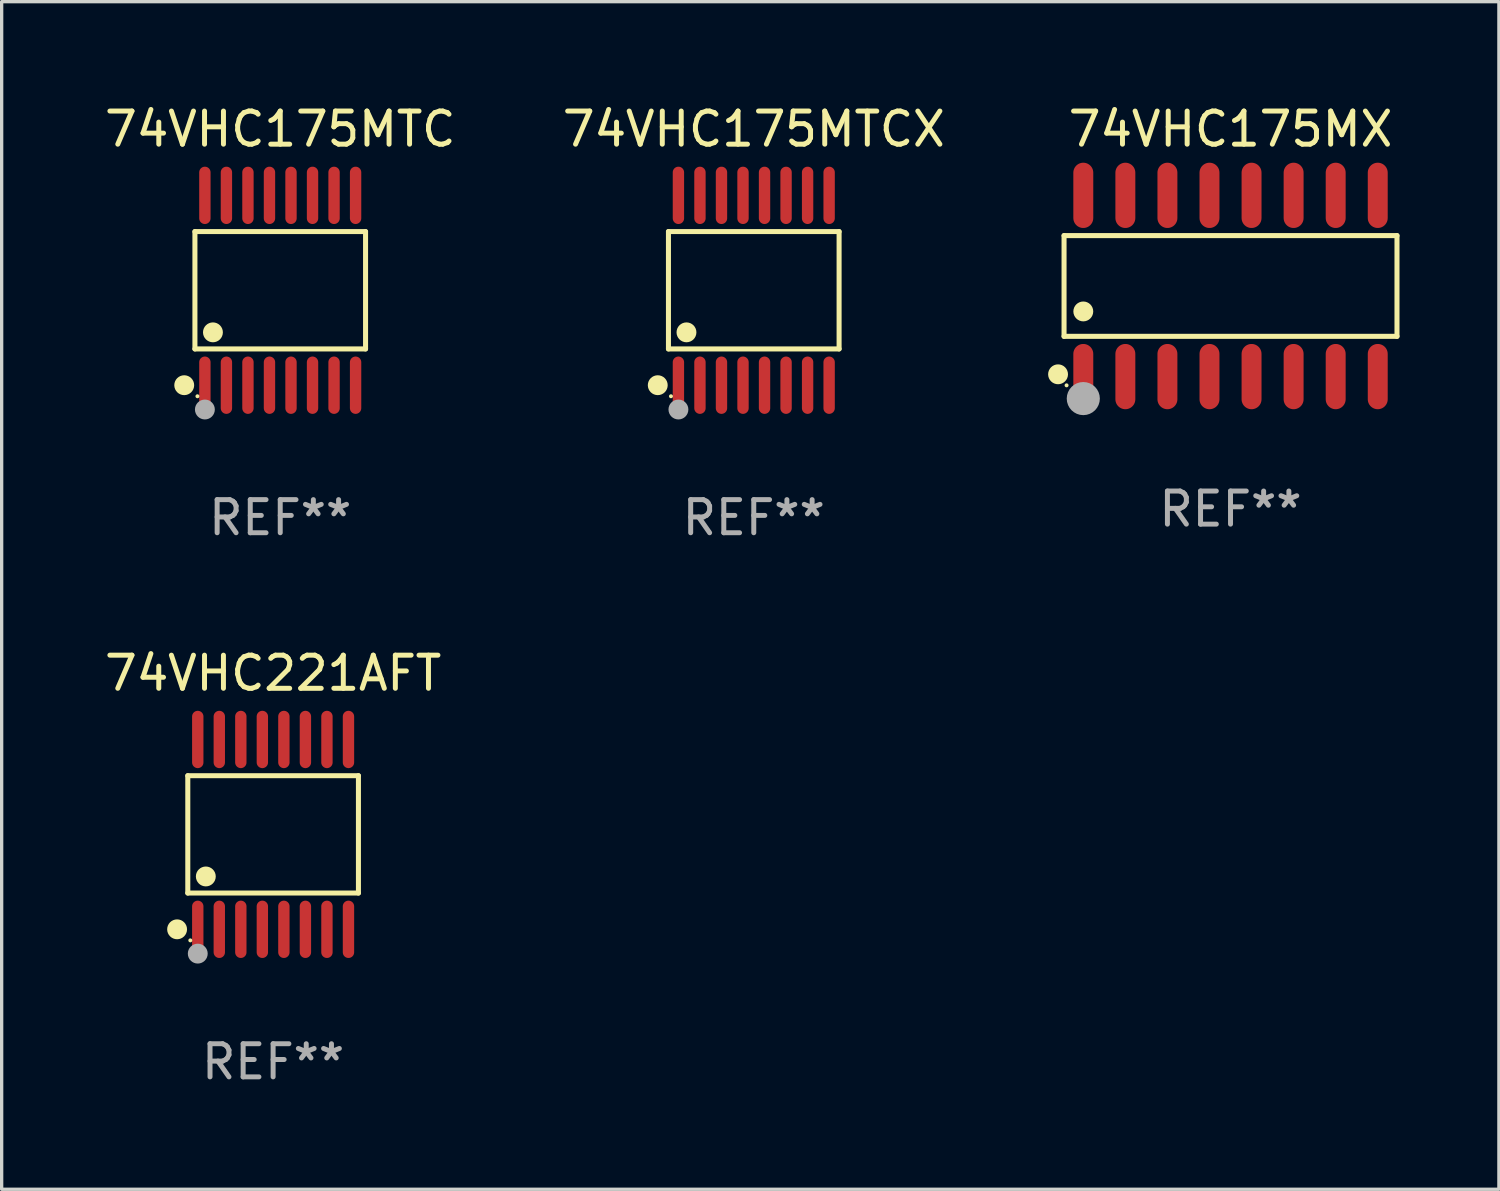
<source format=kicad_pcb>
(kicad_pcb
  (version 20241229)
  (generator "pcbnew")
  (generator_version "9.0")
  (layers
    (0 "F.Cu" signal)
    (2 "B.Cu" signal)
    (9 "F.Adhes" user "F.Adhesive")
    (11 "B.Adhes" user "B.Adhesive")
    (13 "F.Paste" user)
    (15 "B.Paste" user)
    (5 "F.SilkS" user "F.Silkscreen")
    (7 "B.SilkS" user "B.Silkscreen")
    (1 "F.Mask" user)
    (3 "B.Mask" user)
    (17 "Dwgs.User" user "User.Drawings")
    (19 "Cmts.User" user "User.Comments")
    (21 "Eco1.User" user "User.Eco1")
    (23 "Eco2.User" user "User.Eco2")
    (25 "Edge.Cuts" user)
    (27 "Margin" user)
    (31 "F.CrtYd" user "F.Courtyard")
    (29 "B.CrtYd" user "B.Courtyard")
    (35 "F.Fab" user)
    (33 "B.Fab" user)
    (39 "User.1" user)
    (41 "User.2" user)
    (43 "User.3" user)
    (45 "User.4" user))
  (footprint "74VHC175MTC"
    (layer "F.Cu")
    (at 5.411 5.714)
    (property "Reference" "74VHC175MTC" (at 0 -4.866 0) (layer "F.SilkS") (effects (font (size 1 1) (thickness 0.15))))
    (attr through_hole)
    (fp_line (start -2.576 -1.772) (end 2.576 -1.772) (stroke (width 0.152) (type solid)) (layer "F.SilkS"))
    (fp_line (start -2.576 1.771) (end -2.576 -1.772) (stroke (width 0.152) (type solid)) (layer "F.SilkS"))
    (fp_line (start 2.576 -1.772) (end 2.576 1.771) (stroke (width 0.152) (type solid)) (layer "F.SilkS"))
    (fp_line (start 2.576 1.771) (end -2.576 1.771) (stroke (width 0.152) (type solid)) (layer "F.SilkS"))
    (fp_circle (center -2.899 2.866) (end -2.749 2.866) (stroke (width 0.3) (type solid)) (fill no) (layer "F.SilkS"))
    (fp_circle (center -2.5 3.2) (end -2.47 3.2) (stroke (width 0.06) (type solid)) (fill no) (layer "F.SilkS"))
    (fp_circle (center -2.032 1.27) (end -1.882 1.27) (stroke (width 0.3) (type solid)) (fill no) (layer "F.SilkS"))
    (fp_circle (center -2.275 3.6) (end -2.125 3.6) (stroke (width 0.3) (type solid)) (fill no) (layer "F.Fab"))
    (fp_text user "REF**" (at 0 6.866 0) (layer "F.Fab") (effects (font (size 1 1) (thickness 0.15))))
    (pad "1" smd oval (at -2.275 2.866) (size 0.343 1.731) (layers "F.Cu" "F.Mask" "F.Paste"))
    (pad "2" smd oval (at -1.625 2.866) (size 0.343 1.731) (layers "F.Cu" "F.Mask" "F.Paste"))
    (pad "3" smd oval (at -0.975 2.866) (size 0.343 1.731) (layers "F.Cu" "F.Mask" "F.Paste"))
    (pad "4" smd oval (at -0.325 2.866) (size 0.343 1.731) (layers "F.Cu" "F.Mask" "F.Paste"))
    (pad "5" smd oval (at 0.325 2.866) (size 0.343 1.731) (layers "F.Cu" "F.Mask" "F.Paste"))
    (pad "6" smd oval (at 0.975 2.866) (size 0.343 1.731) (layers "F.Cu" "F.Mask" "F.Paste"))
    (pad "7" smd oval (at 1.625 2.866) (size 0.343 1.731) (layers "F.Cu" "F.Mask" "F.Paste"))
    (pad "8" smd oval (at 2.275 2.866) (size 0.343 1.731) (layers "F.Cu" "F.Mask" "F.Paste"))
    (pad "9" smd oval (at 2.275 -2.866) (size 0.343 1.731) (layers "F.Cu" "F.Mask" "F.Paste"))
    (pad "10" smd oval (at 1.625 -2.866) (size 0.343 1.731) (layers "F.Cu" "F.Mask" "F.Paste"))
    (pad "11" smd oval (at 0.975 -2.866) (size 0.343 1.731) (layers "F.Cu" "F.Mask" "F.Paste"))
    (pad "12" smd oval (at 0.325 -2.866) (size 0.343 1.731) (layers "F.Cu" "F.Mask" "F.Paste"))
    (pad "13" smd oval (at -0.325 -2.866) (size 0.343 1.731) (layers "F.Cu" "F.Mask" "F.Paste"))
    (pad "14" smd oval (at -0.975 -2.866) (size 0.343 1.731) (layers "F.Cu" "F.Mask" "F.Paste"))
    (pad "15" smd oval (at -1.625 -2.866) (size 0.343 1.731) (layers "F.Cu" "F.Mask" "F.Paste"))
    (pad "16" smd oval (at -2.275 -2.866) (size 0.343 1.731) (layers "F.Cu" "F.Mask" "F.Paste")))
  (footprint "74VHC175MX"
    (layer "F.Cu")
    (at 34.102 5.584)
    (property "Reference" "74VHC175MX" (at 0 -4.736 0) (layer "F.SilkS") (effects (font (size 1 1) (thickness 0.15))))
    (attr through_hole)
    (fp_line (start -5.026 -1.521) (end 5.026 -1.521) (stroke (width 0.152) (type solid)) (layer "F.SilkS"))
    (fp_line (start -5.026 1.521) (end -5.026 -1.521) (stroke (width 0.152) (type solid)) (layer "F.SilkS"))
    (fp_line (start 5.026 -1.521) (end 5.026 1.521) (stroke (width 0.152) (type solid)) (layer "F.SilkS"))
    (fp_line (start 5.026 1.521) (end -5.026 1.521) (stroke (width 0.152) (type solid)) (layer "F.SilkS"))
    (fp_circle (center -5.207 2.667) (end -5.057 2.667) (stroke (width 0.3) (type solid)) (fill no) (layer "F.SilkS"))
    (fp_circle (center -4.95 3) (end -4.92 3) (stroke (width 0.06) (type solid)) (fill no) (layer "F.SilkS"))
    (fp_circle (center -4.445 0.769) (end -4.295 0.769) (stroke (width 0.3) (type solid)) (fill no) (layer "F.SilkS"))
    (fp_circle (center -4.445 3.4) (end -4.195 3.4) (stroke (width 0.5) (type solid)) (fill no) (layer "F.Fab"))
    (fp_text user "REF**" (at 0 6.736 0) (layer "F.Fab") (effects (font (size 1 1) (thickness 0.15))))
    (pad "1" smd oval (at -4.445 2.736) (size 0.602 1.971) (layers "F.Cu" "F.Mask" "F.Paste"))
    (pad "2" smd oval (at -3.175 2.736) (size 0.602 1.971) (layers "F.Cu" "F.Mask" "F.Paste"))
    (pad "3" smd oval (at -1.905 2.736) (size 0.602 1.971) (layers "F.Cu" "F.Mask" "F.Paste"))
    (pad "4" smd oval (at -0.635 2.736) (size 0.602 1.971) (layers "F.Cu" "F.Mask" "F.Paste"))
    (pad "5" smd oval (at 0.635 2.736) (size 0.602 1.971) (layers "F.Cu" "F.Mask" "F.Paste"))
    (pad "6" smd oval (at 1.905 2.736) (size 0.602 1.971) (layers "F.Cu" "F.Mask" "F.Paste"))
    (pad "7" smd oval (at 3.175 2.736) (size 0.602 1.971) (layers "F.Cu" "F.Mask" "F.Paste"))
    (pad "8" smd oval (at 4.445 2.736) (size 0.602 1.971) (layers "F.Cu" "F.Mask" "F.Paste"))
    (pad "9" smd oval (at 4.445 -2.736) (size 0.602 1.971) (layers "F.Cu" "F.Mask" "F.Paste"))
    (pad "10" smd oval (at 3.175 -2.736) (size 0.602 1.971) (layers "F.Cu" "F.Mask" "F.Paste"))
    (pad "11" smd oval (at 1.905 -2.736) (size 0.602 1.971) (layers "F.Cu" "F.Mask" "F.Paste"))
    (pad "12" smd oval (at 0.635 -2.736) (size 0.602 1.971) (layers "F.Cu" "F.Mask" "F.Paste"))
    (pad "13" smd oval (at -0.635 -2.736) (size 0.602 1.971) (layers "F.Cu" "F.Mask" "F.Paste"))
    (pad "14" smd oval (at -1.905 -2.736) (size 0.602 1.971) (layers "F.Cu" "F.Mask" "F.Paste"))
    (pad "15" smd oval (at -3.175 -2.736) (size 0.602 1.971) (layers "F.Cu" "F.Mask" "F.Paste"))
    (pad "16" smd oval (at -4.445 -2.736) (size 0.602 1.971) (layers "F.Cu" "F.Mask" "F.Paste")))
  (footprint "74VHC175MTCX"
    (layer "F.Cu")
    (at 19.708 5.714)
    (property "Reference" "74VHC175MTCX" (at 0 -4.866 0) (layer "F.SilkS") (effects (font (size 1 1) (thickness 0.15))))
    (attr through_hole)
    (fp_line (start -2.576 -1.772) (end 2.576 -1.772) (stroke (width 0.152) (type solid)) (layer "F.SilkS"))
    (fp_line (start -2.576 1.771) (end -2.576 -1.772) (stroke (width 0.152) (type solid)) (layer "F.SilkS"))
    (fp_line (start 2.576 -1.772) (end 2.576 1.771) (stroke (width 0.152) (type solid)) (layer "F.SilkS"))
    (fp_line (start 2.576 1.771) (end -2.576 1.771) (stroke (width 0.152) (type solid)) (layer "F.SilkS"))
    (fp_circle (center -2.899 2.866) (end -2.749 2.866) (stroke (width 0.3) (type solid)) (fill no) (layer "F.SilkS"))
    (fp_circle (center -2.5 3.2) (end -2.47 3.2) (stroke (width 0.06) (type solid)) (fill no) (layer "F.SilkS"))
    (fp_circle (center -2.032 1.27) (end -1.882 1.27) (stroke (width 0.3) (type solid)) (fill no) (layer "F.SilkS"))
    (fp_circle (center -2.275 3.6) (end -2.125 3.6) (stroke (width 0.3) (type solid)) (fill no) (layer "F.Fab"))
    (fp_text user "REF**" (at 0 6.866 0) (layer "F.Fab") (effects (font (size 1 1) (thickness 0.15))))
    (pad "1" smd oval (at -2.275 2.866) (size 0.343 1.731) (layers "F.Cu" "F.Mask" "F.Paste"))
    (pad "2" smd oval (at -1.625 2.866) (size 0.343 1.731) (layers "F.Cu" "F.Mask" "F.Paste"))
    (pad "3" smd oval (at -0.975 2.866) (size 0.343 1.731) (layers "F.Cu" "F.Mask" "F.Paste"))
    (pad "4" smd oval (at -0.325 2.866) (size 0.343 1.731) (layers "F.Cu" "F.Mask" "F.Paste"))
    (pad "5" smd oval (at 0.325 2.866) (size 0.343 1.731) (layers "F.Cu" "F.Mask" "F.Paste"))
    (pad "6" smd oval (at 0.975 2.866) (size 0.343 1.731) (layers "F.Cu" "F.Mask" "F.Paste"))
    (pad "7" smd oval (at 1.625 2.866) (size 0.343 1.731) (layers "F.Cu" "F.Mask" "F.Paste"))
    (pad "8" smd oval (at 2.275 2.866) (size 0.343 1.731) (layers "F.Cu" "F.Mask" "F.Paste"))
    (pad "9" smd oval (at 2.275 -2.866) (size 0.343 1.731) (layers "F.Cu" "F.Mask" "F.Paste"))
    (pad "10" smd oval (at 1.625 -2.866) (size 0.343 1.731) (layers "F.Cu" "F.Mask" "F.Paste"))
    (pad "11" smd oval (at 0.975 -2.866) (size 0.343 1.731) (layers "F.Cu" "F.Mask" "F.Paste"))
    (pad "12" smd oval (at 0.325 -2.866) (size 0.343 1.731) (layers "F.Cu" "F.Mask" "F.Paste"))
    (pad "13" smd oval (at -0.325 -2.866) (size 0.343 1.731) (layers "F.Cu" "F.Mask" "F.Paste"))
    (pad "14" smd oval (at -0.975 -2.866) (size 0.343 1.731) (layers "F.Cu" "F.Mask" "F.Paste"))
    (pad "15" smd oval (at -1.625 -2.866) (size 0.343 1.731) (layers "F.Cu" "F.Mask" "F.Paste"))
    (pad "16" smd oval (at -2.275 -2.866) (size 0.343 1.731) (layers "F.Cu" "F.Mask" "F.Paste")))
  (footprint "74VHC221AFT"
    (layer "F.Cu")
    (at 5.196 22.142)
    (property "Reference" "74VHC221AFT" (at 0 -4.866 0) (layer "F.SilkS") (effects (font (size 1 1) (thickness 0.15))))
    (attr through_hole)
    (fp_line (start -2.576 -1.772) (end 2.576 -1.772) (stroke (width 0.152) (type solid)) (layer "F.SilkS"))
    (fp_line (start -2.576 1.771) (end -2.576 -1.772) (stroke (width 0.152) (type solid)) (layer "F.SilkS"))
    (fp_line (start 2.576 -1.772) (end 2.576 1.771) (stroke (width 0.152) (type solid)) (layer "F.SilkS"))
    (fp_line (start 2.576 1.771) (end -2.576 1.771) (stroke (width 0.152) (type solid)) (layer "F.SilkS"))
    (fp_circle (center -2.899 2.866) (end -2.749 2.866) (stroke (width 0.3) (type solid)) (fill no) (layer "F.SilkS"))
    (fp_circle (center -2.5 3.2) (end -2.47 3.2) (stroke (width 0.06) (type solid)) (fill no) (layer "F.SilkS"))
    (fp_circle (center -2.032 1.27) (end -1.882 1.27) (stroke (width 0.3) (type solid)) (fill no) (layer "F.SilkS"))
    (fp_circle (center -2.275 3.6) (end -2.125 3.6) (stroke (width 0.3) (type solid)) (fill no) (layer "F.Fab"))
    (fp_text user "REF**" (at 0 6.866 0) (layer "F.Fab") (effects (font (size 1 1) (thickness 0.15))))
    (pad "1" smd oval (at -2.275 2.866) (size 0.343 1.731) (layers "F.Cu" "F.Mask" "F.Paste"))
    (pad "2" smd oval (at -1.625 2.866) (size 0.343 1.731) (layers "F.Cu" "F.Mask" "F.Paste"))
    (pad "3" smd oval (at -0.975 2.866) (size 0.343 1.731) (layers "F.Cu" "F.Mask" "F.Paste"))
    (pad "4" smd oval (at -0.325 2.866) (size 0.343 1.731) (layers "F.Cu" "F.Mask" "F.Paste"))
    (pad "5" smd oval (at 0.325 2.866) (size 0.343 1.731) (layers "F.Cu" "F.Mask" "F.Paste"))
    (pad "6" smd oval (at 0.975 2.866) (size 0.343 1.731) (layers "F.Cu" "F.Mask" "F.Paste"))
    (pad "7" smd oval (at 1.625 2.866) (size 0.343 1.731) (layers "F.Cu" "F.Mask" "F.Paste"))
    (pad "8" smd oval (at 2.275 2.866) (size 0.343 1.731) (layers "F.Cu" "F.Mask" "F.Paste"))
    (pad "9" smd oval (at 2.275 -2.866) (size 0.343 1.731) (layers "F.Cu" "F.Mask" "F.Paste"))
    (pad "10" smd oval (at 1.625 -2.866) (size 0.343 1.731) (layers "F.Cu" "F.Mask" "F.Paste"))
    (pad "11" smd oval (at 0.975 -2.866) (size 0.343 1.731) (layers "F.Cu" "F.Mask" "F.Paste"))
    (pad "12" smd oval (at 0.325 -2.866) (size 0.343 1.731) (layers "F.Cu" "F.Mask" "F.Paste"))
    (pad "13" smd oval (at -0.325 -2.866) (size 0.343 1.731) (layers "F.Cu" "F.Mask" "F.Paste"))
    (pad "14" smd oval (at -0.975 -2.866) (size 0.343 1.731) (layers "F.Cu" "F.Mask" "F.Paste"))
    (pad "15" smd oval (at -1.625 -2.866) (size 0.343 1.731) (layers "F.Cu" "F.Mask" "F.Paste"))
    (pad "16" smd oval (at -2.275 -2.866) (size 0.343 1.731) (layers "F.Cu" "F.Mask" "F.Paste")))
  (gr_rect
    (start -3 -3)
    (end 42.205 32.856)
    (stroke (width 0.1) (type default))
    (fill no)
    (layer "Edge.Cuts")))
</source>
